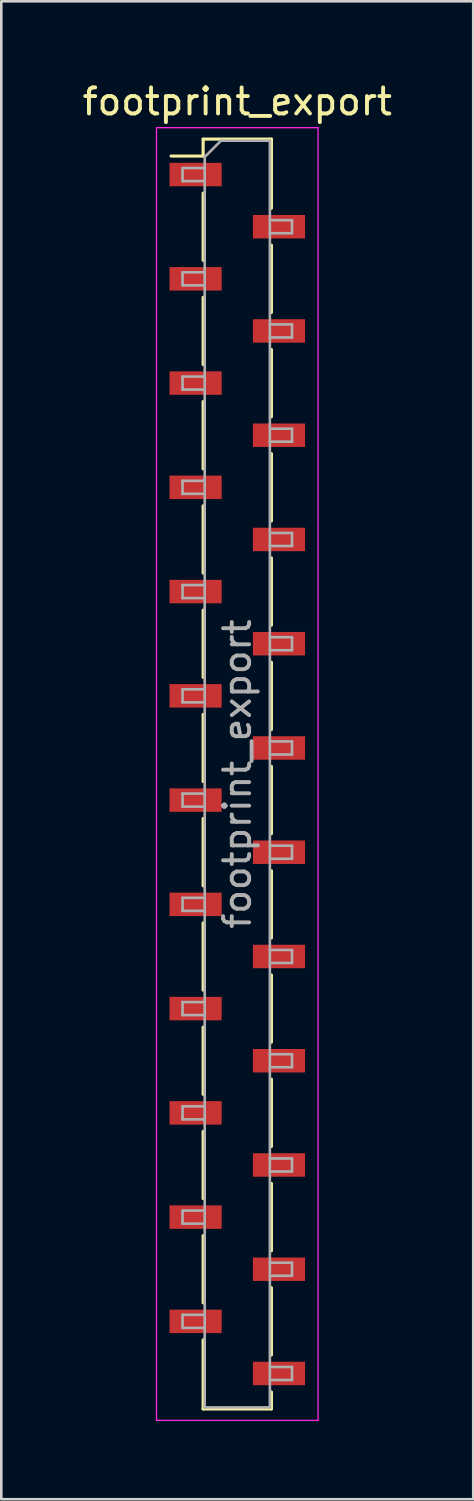
<source format=kicad_pcb>
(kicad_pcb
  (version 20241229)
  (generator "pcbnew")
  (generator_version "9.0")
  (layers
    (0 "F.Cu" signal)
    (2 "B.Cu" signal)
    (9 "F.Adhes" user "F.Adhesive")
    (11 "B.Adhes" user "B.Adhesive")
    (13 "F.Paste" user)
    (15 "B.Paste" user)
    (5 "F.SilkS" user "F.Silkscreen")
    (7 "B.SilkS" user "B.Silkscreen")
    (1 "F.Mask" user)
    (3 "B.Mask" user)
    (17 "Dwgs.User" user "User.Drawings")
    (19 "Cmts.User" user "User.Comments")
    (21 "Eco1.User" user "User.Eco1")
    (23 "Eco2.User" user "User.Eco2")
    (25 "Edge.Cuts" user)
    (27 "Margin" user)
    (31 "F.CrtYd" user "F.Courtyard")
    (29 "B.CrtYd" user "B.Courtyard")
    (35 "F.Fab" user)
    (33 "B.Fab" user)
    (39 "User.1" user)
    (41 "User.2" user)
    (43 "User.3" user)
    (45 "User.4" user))
  (footprint "footprint_export"
    (layer "F.Cu")
    (at 6.054 26.648)
    (property "Reference" "footprint_export" (at 0 -25.8 0) (layer "F.SilkS") (effects (font (size 1 1) (thickness 0.15))))
    (attr smd)
    (fp_line (start -2.54 -23.71) (end -1.31 -23.71) (stroke (width 0.12) (type solid)) (layer "F.SilkS"))
    (fp_line (start -1.31 -24.36) (end -1.31 -23.71) (stroke (width 0.12) (type solid)) (layer "F.SilkS"))
    (fp_line (start -1.31 -24.36) (end 1.31 -24.36) (stroke (width 0.12) (type solid)) (layer "F.SilkS"))
    (fp_line (start -1.31 -22.29) (end -1.31 -19.71) (stroke (width 0.12) (type solid)) (layer "F.SilkS"))
    (fp_line (start -1.31 -18.29) (end -1.31 -15.71) (stroke (width 0.12) (type solid)) (layer "F.SilkS"))
    (fp_line (start -1.31 -14.29) (end -1.31 -11.71) (stroke (width 0.12) (type solid)) (layer "F.SilkS"))
    (fp_line (start -1.31 -10.29) (end -1.31 -7.71) (stroke (width 0.12) (type solid)) (layer "F.SilkS"))
    (fp_line (start -1.31 -6.29) (end -1.31 -3.71) (stroke (width 0.12) (type solid)) (layer "F.SilkS"))
    (fp_line (start -1.31 -2.29) (end -1.31 0.29) (stroke (width 0.12) (type solid)) (layer "F.SilkS"))
    (fp_line (start -1.31 1.71) (end -1.31 4.29) (stroke (width 0.12) (type solid)) (layer "F.SilkS"))
    (fp_line (start -1.31 5.71) (end -1.31 8.29) (stroke (width 0.12) (type solid)) (layer "F.SilkS"))
    (fp_line (start -1.31 9.71) (end -1.31 12.29) (stroke (width 0.12) (type solid)) (layer "F.SilkS"))
    (fp_line (start -1.31 13.71) (end -1.31 16.29) (stroke (width 0.12) (type solid)) (layer "F.SilkS"))
    (fp_line (start -1.31 17.71) (end -1.31 20.29) (stroke (width 0.12) (type solid)) (layer "F.SilkS"))
    (fp_line (start -1.31 21.71) (end -1.31 24.36) (stroke (width 0.12) (type solid)) (layer "F.SilkS"))
    (fp_line (start -1.31 24.36) (end 1.31 24.36) (stroke (width 0.12) (type solid)) (layer "F.SilkS"))
    (fp_line (start 1.31 -24.36) (end 1.31 -21.71) (stroke (width 0.12) (type solid)) (layer "F.SilkS"))
    (fp_line (start 1.31 -20.29) (end 1.31 -17.71) (stroke (width 0.12) (type solid)) (layer "F.SilkS"))
    (fp_line (start 1.31 -16.29) (end 1.31 -13.71) (stroke (width 0.12) (type solid)) (layer "F.SilkS"))
    (fp_line (start 1.31 -12.29) (end 1.31 -9.71) (stroke (width 0.12) (type solid)) (layer "F.SilkS"))
    (fp_line (start 1.31 -8.29) (end 1.31 -5.71) (stroke (width 0.12) (type solid)) (layer "F.SilkS"))
    (fp_line (start 1.31 -4.29) (end 1.31 -1.71) (stroke (width 0.12) (type solid)) (layer "F.SilkS"))
    (fp_line (start 1.31 -0.29) (end 1.31 2.29) (stroke (width 0.12) (type solid)) (layer "F.SilkS"))
    (fp_line (start 1.31 3.71) (end 1.31 6.29) (stroke (width 0.12) (type solid)) (layer "F.SilkS"))
    (fp_line (start 1.31 7.71) (end 1.31 10.29) (stroke (width 0.12) (type solid)) (layer "F.SilkS"))
    (fp_line (start 1.31 11.71) (end 1.31 14.29) (stroke (width 0.12) (type solid)) (layer "F.SilkS"))
    (fp_line (start 1.31 15.71) (end 1.31 18.29) (stroke (width 0.12) (type solid)) (layer "F.SilkS"))
    (fp_line (start 1.31 19.71) (end 1.31 22.29) (stroke (width 0.12) (type solid)) (layer "F.SilkS"))
    (fp_line (start 1.31 23.71) (end 1.31 24.36) (stroke (width 0.12) (type solid)) (layer "F.SilkS"))
    (fp_line (start -3.1 -24.8) (end 3.1 -24.8) (stroke (width 0.05) (type solid)) (layer "F.CrtYd"))
    (fp_line (start -3.1 24.8) (end -3.1 -24.8) (stroke (width 0.05) (type solid)) (layer "F.CrtYd"))
    (fp_line (start 3.1 -24.8) (end 3.1 24.8) (stroke (width 0.05) (type solid)) (layer "F.CrtYd"))
    (fp_line (start 3.1 24.8) (end -3.1 24.8) (stroke (width 0.05) (type solid)) (layer "F.CrtYd"))
    (fp_line (start -2.1 -23.25) (end -1.25 -23.25) (stroke (width 0.1) (type solid)) (layer "F.Fab"))
    (fp_line (start -2.1 -22.75) (end -2.1 -23.25) (stroke (width 0.1) (type solid)) (layer "F.Fab"))
    (fp_line (start -2.1 -19.25) (end -1.25 -19.25) (stroke (width 0.1) (type solid)) (layer "F.Fab"))
    (fp_line (start -2.1 -18.75) (end -2.1 -19.25) (stroke (width 0.1) (type solid)) (layer "F.Fab"))
    (fp_line (start -2.1 -15.25) (end -1.25 -15.25) (stroke (width 0.1) (type solid)) (layer "F.Fab"))
    (fp_line (start -2.1 -14.75) (end -2.1 -15.25) (stroke (width 0.1) (type solid)) (layer "F.Fab"))
    (fp_line (start -2.1 -11.25) (end -1.25 -11.25) (stroke (width 0.1) (type solid)) (layer "F.Fab"))
    (fp_line (start -2.1 -10.75) (end -2.1 -11.25) (stroke (width 0.1) (type solid)) (layer "F.Fab"))
    (fp_line (start -2.1 -7.25) (end -1.25 -7.25) (stroke (width 0.1) (type solid)) (layer "F.Fab"))
    (fp_line (start -2.1 -6.75) (end -2.1 -7.25) (stroke (width 0.1) (type solid)) (layer "F.Fab"))
    (fp_line (start -2.1 -3.25) (end -1.25 -3.25) (stroke (width 0.1) (type solid)) (layer "F.Fab"))
    (fp_line (start -2.1 -2.75) (end -2.1 -3.25) (stroke (width 0.1) (type solid)) (layer "F.Fab"))
    (fp_line (start -2.1 0.75) (end -1.25 0.75) (stroke (width 0.1) (type solid)) (layer "F.Fab"))
    (fp_line (start -2.1 1.25) (end -2.1 0.75) (stroke (width 0.1) (type solid)) (layer "F.Fab"))
    (fp_line (start -2.1 4.75) (end -1.25 4.75) (stroke (width 0.1) (type solid)) (layer "F.Fab"))
    (fp_line (start -2.1 5.25) (end -2.1 4.75) (stroke (width 0.1) (type solid)) (layer "F.Fab"))
    (fp_line (start -2.1 8.75) (end -1.25 8.75) (stroke (width 0.1) (type solid)) (layer "F.Fab"))
    (fp_line (start -2.1 9.25) (end -2.1 8.75) (stroke (width 0.1) (type solid)) (layer "F.Fab"))
    (fp_line (start -2.1 12.75) (end -1.25 12.75) (stroke (width 0.1) (type solid)) (layer "F.Fab"))
    (fp_line (start -2.1 13.25) (end -2.1 12.75) (stroke (width 0.1) (type solid)) (layer "F.Fab"))
    (fp_line (start -2.1 16.75) (end -1.25 16.75) (stroke (width 0.1) (type solid)) (layer "F.Fab"))
    (fp_line (start -2.1 17.25) (end -2.1 16.75) (stroke (width 0.1) (type solid)) (layer "F.Fab"))
    (fp_line (start -2.1 20.75) (end -1.25 20.75) (stroke (width 0.1) (type solid)) (layer "F.Fab"))
    (fp_line (start -2.1 21.25) (end -2.1 20.75) (stroke (width 0.1) (type solid)) (layer "F.Fab"))
    (fp_line (start -1.25 -23.675) (end -0.625 -24.3) (stroke (width 0.1) (type solid)) (layer "F.Fab"))
    (fp_line (start -1.25 -22.75) (end -2.1 -22.75) (stroke (width 0.1) (type solid)) (layer "F.Fab"))
    (fp_line (start -1.25 -18.75) (end -2.1 -18.75) (stroke (width 0.1) (type solid)) (layer "F.Fab"))
    (fp_line (start -1.25 -14.75) (end -2.1 -14.75) (stroke (width 0.1) (type solid)) (layer "F.Fab"))
    (fp_line (start -1.25 -10.75) (end -2.1 -10.75) (stroke (width 0.1) (type solid)) (layer "F.Fab"))
    (fp_line (start -1.25 -6.75) (end -2.1 -6.75) (stroke (width 0.1) (type solid)) (layer "F.Fab"))
    (fp_line (start -1.25 -2.75) (end -2.1 -2.75) (stroke (width 0.1) (type solid)) (layer "F.Fab"))
    (fp_line (start -1.25 1.25) (end -2.1 1.25) (stroke (width 0.1) (type solid)) (layer "F.Fab"))
    (fp_line (start -1.25 5.25) (end -2.1 5.25) (stroke (width 0.1) (type solid)) (layer "F.Fab"))
    (fp_line (start -1.25 9.25) (end -2.1 9.25) (stroke (width 0.1) (type solid)) (layer "F.Fab"))
    (fp_line (start -1.25 13.25) (end -2.1 13.25) (stroke (width 0.1) (type solid)) (layer "F.Fab"))
    (fp_line (start -1.25 17.25) (end -2.1 17.25) (stroke (width 0.1) (type solid)) (layer "F.Fab"))
    (fp_line (start -1.25 21.25) (end -2.1 21.25) (stroke (width 0.1) (type solid)) (layer "F.Fab"))
    (fp_line (start -1.25 24.3) (end -1.25 -23.675) (stroke (width 0.1) (type solid)) (layer "F.Fab"))
    (fp_line (start -0.625 -24.3) (end 1.25 -24.3) (stroke (width 0.1) (type solid)) (layer "F.Fab"))
    (fp_line (start 1.25 -24.3) (end 1.25 24.3) (stroke (width 0.1) (type solid)) (layer "F.Fab"))
    (fp_line (start 1.25 -21.25) (end 2.1 -21.25) (stroke (width 0.1) (type solid)) (layer "F.Fab"))
    (fp_line (start 1.25 -17.25) (end 2.1 -17.25) (stroke (width 0.1) (type solid)) (layer "F.Fab"))
    (fp_line (start 1.25 -13.25) (end 2.1 -13.25) (stroke (width 0.1) (type solid)) (layer "F.Fab"))
    (fp_line (start 1.25 -9.25) (end 2.1 -9.25) (stroke (width 0.1) (type solid)) (layer "F.Fab"))
    (fp_line (start 1.25 -5.25) (end 2.1 -5.25) (stroke (width 0.1) (type solid)) (layer "F.Fab"))
    (fp_line (start 1.25 -1.25) (end 2.1 -1.25) (stroke (width 0.1) (type solid)) (layer "F.Fab"))
    (fp_line (start 1.25 2.75) (end 2.1 2.75) (stroke (width 0.1) (type solid)) (layer "F.Fab"))
    (fp_line (start 1.25 6.75) (end 2.1 6.75) (stroke (width 0.1) (type solid)) (layer "F.Fab"))
    (fp_line (start 1.25 10.75) (end 2.1 10.75) (stroke (width 0.1) (type solid)) (layer "F.Fab"))
    (fp_line (start 1.25 14.75) (end 2.1 14.75) (stroke (width 0.1) (type solid)) (layer "F.Fab"))
    (fp_line (start 1.25 18.75) (end 2.1 18.75) (stroke (width 0.1) (type solid)) (layer "F.Fab"))
    (fp_line (start 1.25 22.75) (end 2.1 22.75) (stroke (width 0.1) (type solid)) (layer "F.Fab"))
    (fp_line (start 1.25 24.3) (end -1.25 24.3) (stroke (width 0.1) (type solid)) (layer "F.Fab"))
    (fp_line (start 2.1 -21.25) (end 2.1 -20.75) (stroke (width 0.1) (type solid)) (layer "F.Fab"))
    (fp_line (start 2.1 -20.75) (end 1.25 -20.75) (stroke (width 0.1) (type solid)) (layer "F.Fab"))
    (fp_line (start 2.1 -17.25) (end 2.1 -16.75) (stroke (width 0.1) (type solid)) (layer "F.Fab"))
    (fp_line (start 2.1 -16.75) (end 1.25 -16.75) (stroke (width 0.1) (type solid)) (layer "F.Fab"))
    (fp_line (start 2.1 -13.25) (end 2.1 -12.75) (stroke (width 0.1) (type solid)) (layer "F.Fab"))
    (fp_line (start 2.1 -12.75) (end 1.25 -12.75) (stroke (width 0.1) (type solid)) (layer "F.Fab"))
    (fp_line (start 2.1 -9.25) (end 2.1 -8.75) (stroke (width 0.1) (type solid)) (layer "F.Fab"))
    (fp_line (start 2.1 -8.75) (end 1.25 -8.75) (stroke (width 0.1) (type solid)) (layer "F.Fab"))
    (fp_line (start 2.1 -5.25) (end 2.1 -4.75) (stroke (width 0.1) (type solid)) (layer "F.Fab"))
    (fp_line (start 2.1 -4.75) (end 1.25 -4.75) (stroke (width 0.1) (type solid)) (layer "F.Fab"))
    (fp_line (start 2.1 -1.25) (end 2.1 -0.75) (stroke (width 0.1) (type solid)) (layer "F.Fab"))
    (fp_line (start 2.1 -0.75) (end 1.25 -0.75) (stroke (width 0.1) (type solid)) (layer "F.Fab"))
    (fp_line (start 2.1 2.75) (end 2.1 3.25) (stroke (width 0.1) (type solid)) (layer "F.Fab"))
    (fp_line (start 2.1 3.25) (end 1.25 3.25) (stroke (width 0.1) (type solid)) (layer "F.Fab"))
    (fp_line (start 2.1 6.75) (end 2.1 7.25) (stroke (width 0.1) (type solid)) (layer "F.Fab"))
    (fp_line (start 2.1 7.25) (end 1.25 7.25) (stroke (width 0.1) (type solid)) (layer "F.Fab"))
    (fp_line (start 2.1 10.75) (end 2.1 11.25) (stroke (width 0.1) (type solid)) (layer "F.Fab"))
    (fp_line (start 2.1 11.25) (end 1.25 11.25) (stroke (width 0.1) (type solid)) (layer "F.Fab"))
    (fp_line (start 2.1 14.75) (end 2.1 15.25) (stroke (width 0.1) (type solid)) (layer "F.Fab"))
    (fp_line (start 2.1 15.25) (end 1.25 15.25) (stroke (width 0.1) (type solid)) (layer "F.Fab"))
    (fp_line (start 2.1 18.75) (end 2.1 19.25) (stroke (width 0.1) (type solid)) (layer "F.Fab"))
    (fp_line (start 2.1 19.25) (end 1.25 19.25) (stroke (width 0.1) (type solid)) (layer "F.Fab"))
    (fp_line (start 2.1 22.75) (end 2.1 23.25) (stroke (width 0.1) (type solid)) (layer "F.Fab"))
    (fp_line (start 2.1 23.25) (end 1.25 23.25) (stroke (width 0.1) (type solid)) (layer "F.Fab"))
    (fp_text user "${REFERENCE}" (at 0 0 90) (layer "F.Fab") (effects (font (size 1 1) (thickness 0.15))))
    (pad "1" smd rect (at -1.6 -23) (size 2 0.9) (layers "F.Cu" "F.Mask" "F.Paste"))
    (pad "2" smd rect (at 1.6 -21) (size 2 0.9) (layers "F.Cu" "F.Mask" "F.Paste"))
    (pad "3" smd rect (at -1.6 -19) (size 2 0.9) (layers "F.Cu" "F.Mask" "F.Paste"))
    (pad "4" smd rect (at 1.6 -17) (size 2 0.9) (layers "F.Cu" "F.Mask" "F.Paste"))
    (pad "5" smd rect (at -1.6 -15) (size 2 0.9) (layers "F.Cu" "F.Mask" "F.Paste"))
    (pad "6" smd rect (at 1.6 -13) (size 2 0.9) (layers "F.Cu" "F.Mask" "F.Paste"))
    (pad "7" smd rect (at -1.6 -11) (size 2 0.9) (layers "F.Cu" "F.Mask" "F.Paste"))
    (pad "8" smd rect (at 1.6 -9) (size 2 0.9) (layers "F.Cu" "F.Mask" "F.Paste"))
    (pad "9" smd rect (at -1.6 -7) (size 2 0.9) (layers "F.Cu" "F.Mask" "F.Paste"))
    (pad "10" smd rect (at 1.6 -5) (size 2 0.9) (layers "F.Cu" "F.Mask" "F.Paste"))
    (pad "11" smd rect (at -1.6 -3) (size 2 0.9) (layers "F.Cu" "F.Mask" "F.Paste"))
    (pad "12" smd rect (at 1.6 -1) (size 2 0.9) (layers "F.Cu" "F.Mask" "F.Paste"))
    (pad "13" smd rect (at -1.6 1) (size 2 0.9) (layers "F.Cu" "F.Mask" "F.Paste"))
    (pad "14" smd rect (at 1.6 3) (size 2 0.9) (layers "F.Cu" "F.Mask" "F.Paste"))
    (pad "15" smd rect (at -1.6 5) (size 2 0.9) (layers "F.Cu" "F.Mask" "F.Paste"))
    (pad "16" smd rect (at 1.6 7) (size 2 0.9) (layers "F.Cu" "F.Mask" "F.Paste"))
    (pad "17" smd rect (at -1.6 9) (size 2 0.9) (layers "F.Cu" "F.Mask" "F.Paste"))
    (pad "18" smd rect (at 1.6 11) (size 2 0.9) (layers "F.Cu" "F.Mask" "F.Paste"))
    (pad "19" smd rect (at -1.6 13) (size 2 0.9) (layers "F.Cu" "F.Mask" "F.Paste"))
    (pad "20" smd rect (at 1.6 15) (size 2 0.9) (layers "F.Cu" "F.Mask" "F.Paste"))
    (pad "21" smd rect (at -1.6 17) (size 2 0.9) (layers "F.Cu" "F.Mask" "F.Paste"))
    (pad "22" smd rect (at 1.6 19) (size 2 0.9) (layers "F.Cu" "F.Mask" "F.Paste"))
    (pad "23" smd rect (at -1.6 21) (size 2 0.9) (layers "F.Cu" "F.Mask" "F.Paste"))
    (pad "24" smd rect (at 1.6 23) (size 2 0.9) (layers "F.Cu" "F.Mask" "F.Paste")))
  (gr_rect
    (start -3 -3)
    (end 15.107 54.473)
    (stroke (width 0.1) (type default))
    (fill no)
    (layer "Edge.Cuts")))
</source>
